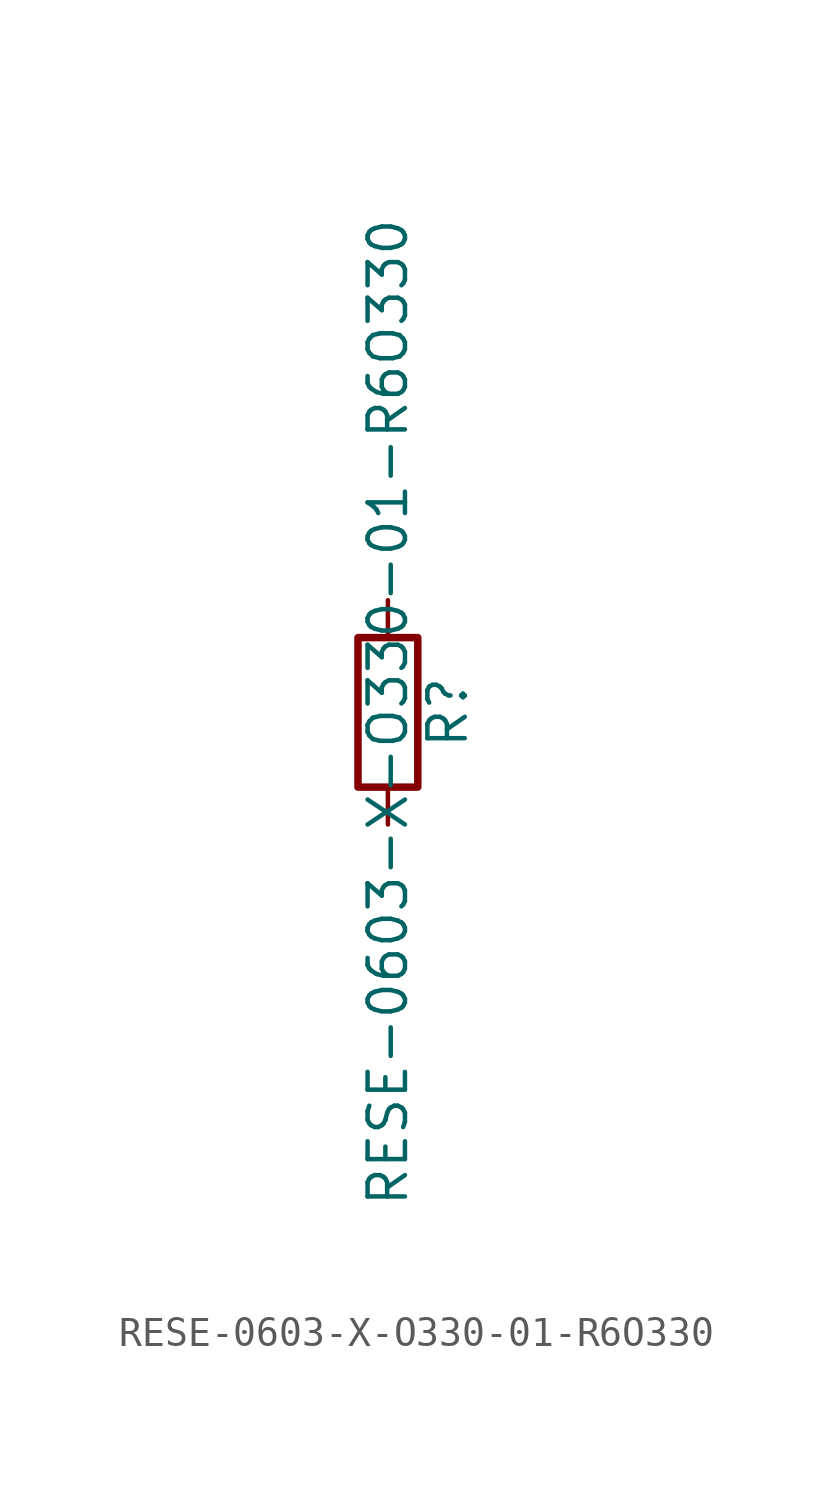
<source format=kicad_sym>
(kicad_symbol_lib
  (version 20211014)
  (generator kicad_symbol_editor)
  (symbol "RESE-0603-X-O330-01-R6O330"
    (pin_numbers hide)
    (pin_names
      (offset 0))
    (property "Reference" "R"
      (at 2.032 0 90)
      (effects (font (size 1.27 1.27))))
    (property "Value" "RESE-0603-X-O330-01-R6O330"
      (at 0 0 90)
      (effects (font (size 1.27 1.27))))
    (symbol "RESE-0603-X-O330-01-R6O330_0_1"
      (rectangle (start -1.016 -2.54) (end 1.016 2.54) (stroke (width 0.254) (type default) (color 0 0 0 0)) (fill (type none))))
    (symbol "RESE-0603-X-O330-01-R6O330_1_1"
      (pin passive line (at 0 3.81 270) (length 1.27) (name "~" (effects (font (size 1.27 1.27)))) (number "1" (effects (font (size 1.27 1.27)))))
      (pin passive line (at 0 -3.81 90) (length 1.27) (name "~" (effects (font (size 1.27 1.27)))) (number "2" (effects (font (size 1.27 1.27))))))))
</source>
